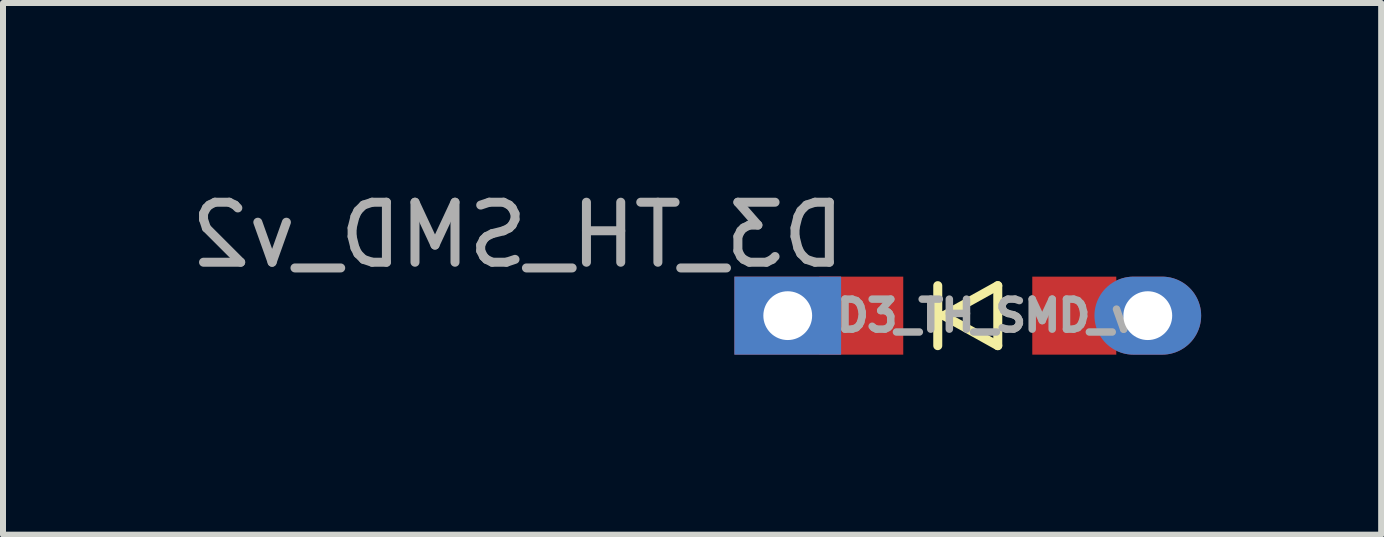
<source format=kicad_pcb>
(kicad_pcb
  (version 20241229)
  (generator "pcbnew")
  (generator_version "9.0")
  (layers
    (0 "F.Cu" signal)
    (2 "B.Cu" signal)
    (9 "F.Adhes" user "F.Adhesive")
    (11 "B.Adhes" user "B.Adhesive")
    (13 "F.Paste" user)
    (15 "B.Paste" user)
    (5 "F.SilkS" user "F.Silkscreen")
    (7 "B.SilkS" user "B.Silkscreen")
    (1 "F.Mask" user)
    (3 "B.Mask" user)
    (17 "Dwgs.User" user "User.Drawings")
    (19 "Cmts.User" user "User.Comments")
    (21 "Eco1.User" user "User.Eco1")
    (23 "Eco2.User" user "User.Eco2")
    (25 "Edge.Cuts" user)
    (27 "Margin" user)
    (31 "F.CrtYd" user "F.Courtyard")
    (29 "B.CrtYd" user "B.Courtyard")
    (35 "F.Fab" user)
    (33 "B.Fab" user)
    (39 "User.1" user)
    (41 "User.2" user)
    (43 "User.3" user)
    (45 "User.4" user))
  (footprint "D3_TH_SMD_v2"
    (layer "F.Cu")
    (at 13.077 2.21)
    (property "Reference" "D3_TH_SMD_v2" (at 0.55 0 0) (layer "F.Fab") (effects (font (size 0.5 0.5) (thickness 0.125))))
    (attr through_hole)
    (fp_line (start -0.5 -0.5) (end -0.5 0.5) (stroke (width 0.15) (type solid)) (layer "F.SilkS"))
    (fp_line (start -0.4 0) (end 0.5 -0.5) (stroke (width 0.15) (type solid)) (layer "F.SilkS"))
    (fp_line (start 0.5 -0.5) (end 0.5 0.5) (stroke (width 0.15) (type solid)) (layer "F.SilkS"))
    (fp_line (start 0.5 0.5) (end -0.4 0) (stroke (width 0.15) (type solid)) (layer "F.SilkS"))
    (fp_text user "${REFERENCE}" (at -1.97 -0.76 0) (unlocked yes) (layer "F.Fab") (effects (font (size 1 1) (thickness 0.15)) (justify left bottom mirror)))
    (pad "1" thru_hole rect (at -3 0) (size 1.778 1.3) (drill 0.813) (layers "*.Cu" "B.Mask"))
    (pad "1" smd rect (at -1.775 0 180) (size 1.4 1.3) (layers "F.Cu" "F.Mask" "F.Paste"))
    (pad "2" smd rect (at 1.775 0 180) (size 1.4 1.3) (layers "F.Cu" "F.Mask" "F.Paste"))
    (pad "2" thru_hole oval (at 3 0) (size 1.778 1.3) (drill 0.813) (layers "*.Cu" "B.Mask")))
  (gr_rect
    (start -3 -3)
    (end 19.966 5.86)
    (stroke (width 0.1) (type default))
    (fill no)
    (layer "Edge.Cuts")))
</source>
